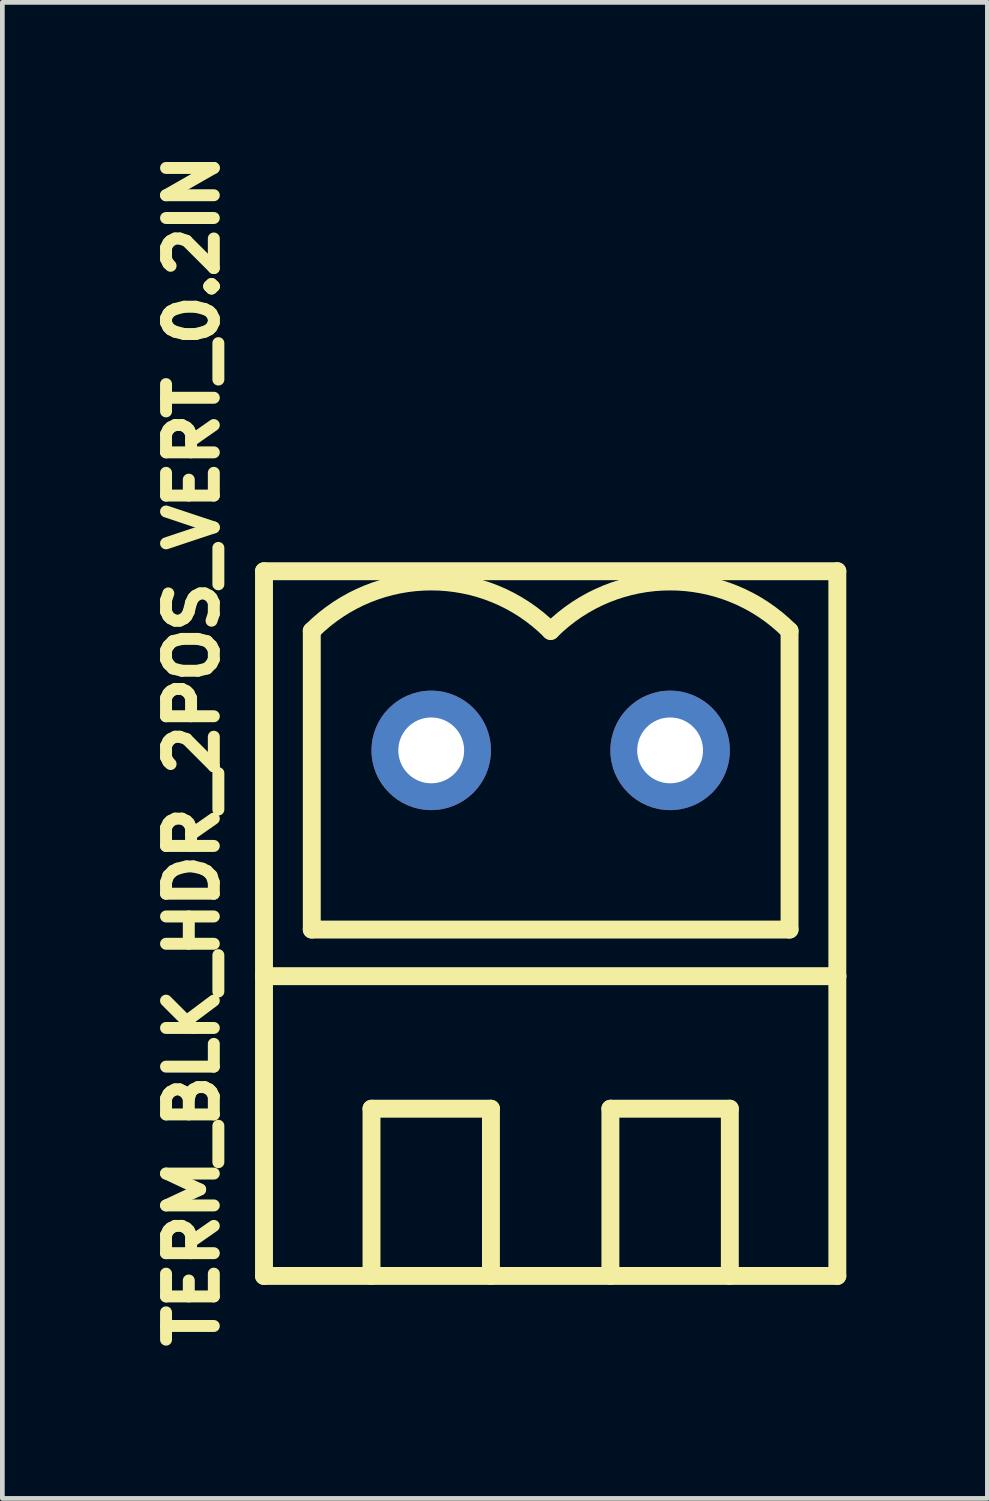
<source format=kicad_pcb>
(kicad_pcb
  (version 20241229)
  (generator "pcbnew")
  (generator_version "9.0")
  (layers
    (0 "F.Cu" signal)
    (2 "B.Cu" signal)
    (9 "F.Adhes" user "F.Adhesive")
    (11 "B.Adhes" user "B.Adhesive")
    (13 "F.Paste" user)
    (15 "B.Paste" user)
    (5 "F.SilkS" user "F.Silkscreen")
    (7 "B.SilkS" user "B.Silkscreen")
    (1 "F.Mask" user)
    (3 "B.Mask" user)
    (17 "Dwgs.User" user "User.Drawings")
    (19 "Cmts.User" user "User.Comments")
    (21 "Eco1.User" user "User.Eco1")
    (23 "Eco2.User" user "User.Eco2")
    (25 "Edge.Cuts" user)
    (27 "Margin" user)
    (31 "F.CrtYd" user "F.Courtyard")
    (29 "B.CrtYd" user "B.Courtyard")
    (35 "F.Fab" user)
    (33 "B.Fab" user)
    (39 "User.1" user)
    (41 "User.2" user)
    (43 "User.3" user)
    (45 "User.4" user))
  (footprint "TERM_BLK_HDR_2POS_VERT_0.2IN"
    (layer "F.Cu")
    (at 8.66 12.907)
    (property "Reference" "TERM_BLK_HDR_2POS_VERT_0.2IN" (at -7.62 0 90) (layer "F.SilkS") (effects (font (size 1.016 1.016) (thickness 0.254))))
    (attr through_hole)
    (fp_line (start -6.096 -3.81) (end -6.096 4.801) (stroke (width 0.381) (type solid)) (layer "F.SilkS"))
    (fp_line (start -6.096 11.176) (end -6.096 4.801) (stroke (width 0.381) (type solid)) (layer "F.SilkS"))
    (fp_line (start -5.08 3.81) (end -5.08 -2.54) (stroke (width 0.381) (type solid)) (layer "F.SilkS"))
    (fp_line (start -3.81 7.62) (end -3.81 11.176) (stroke (width 0.381) (type solid)) (layer "F.SilkS"))
    (fp_line (start -1.27 7.62) (end -3.81 7.62) (stroke (width 0.381) (type solid)) (layer "F.SilkS"))
    (fp_line (start -1.27 11.176) (end -1.27 7.62) (stroke (width 0.381) (type solid)) (layer "F.SilkS"))
    (fp_line (start 1.27 7.62) (end 3.81 7.62) (stroke (width 0.381) (type solid)) (layer "F.SilkS"))
    (fp_line (start 1.27 11.176) (end 1.27 7.62) (stroke (width 0.381) (type solid)) (layer "F.SilkS"))
    (fp_line (start 3.81 7.62) (end 3.81 11.176) (stroke (width 0.381) (type solid)) (layer "F.SilkS"))
    (fp_line (start 5.08 -2.54) (end 5.08 3.81) (stroke (width 0.381) (type solid)) (layer "F.SilkS"))
    (fp_line (start 5.08 3.81) (end -5.08 3.81) (stroke (width 0.381) (type solid)) (layer "F.SilkS"))
    (fp_line (start 6.096 -3.81) (end -6.096 -3.81) (stroke (width 0.381) (type solid)) (layer "F.SilkS"))
    (fp_line (start 6.096 -3.81) (end 6.096 4.801) (stroke (width 0.381) (type solid)) (layer "F.SilkS"))
    (fp_line (start 6.096 4.801) (end -6.096 4.801) (stroke (width 0.381) (type solid)) (layer "F.SilkS"))
    (fp_line (start 6.096 4.801) (end 6.096 11.176) (stroke (width 0.381) (type solid)) (layer "F.SilkS"))
    (fp_line (start 6.096 11.176) (end -6.096 11.176) (stroke (width 0.381) (type solid)) (layer "F.SilkS"))
    (fp_arc (start -5.08 -2.54) (mid -2.54 -3.592102) (end 0 -2.54) (stroke (width 0.381) (type solid)) (layer "F.SilkS"))
    (fp_arc (start 0 -2.54) (mid 2.54 -3.592102) (end 5.08 -2.54) (stroke (width 0.381) (type solid)) (layer "F.SilkS"))
    (pad "1" thru_hole circle (at 2.54 0) (size 2.54 2.54) (drill 1.4) (layers "*.Cu" "*.Mask"))
    (pad "2" thru_hole circle (at -2.54 0) (size 2.54 2.54) (drill 1.4) (layers "*.Cu" "*.Mask")))
  (gr_rect
    (start -3 -3)
    (end 17.947 28.814)
    (stroke (width 0.1) (type default))
    (fill no)
    (layer "Edge.Cuts")))
</source>
